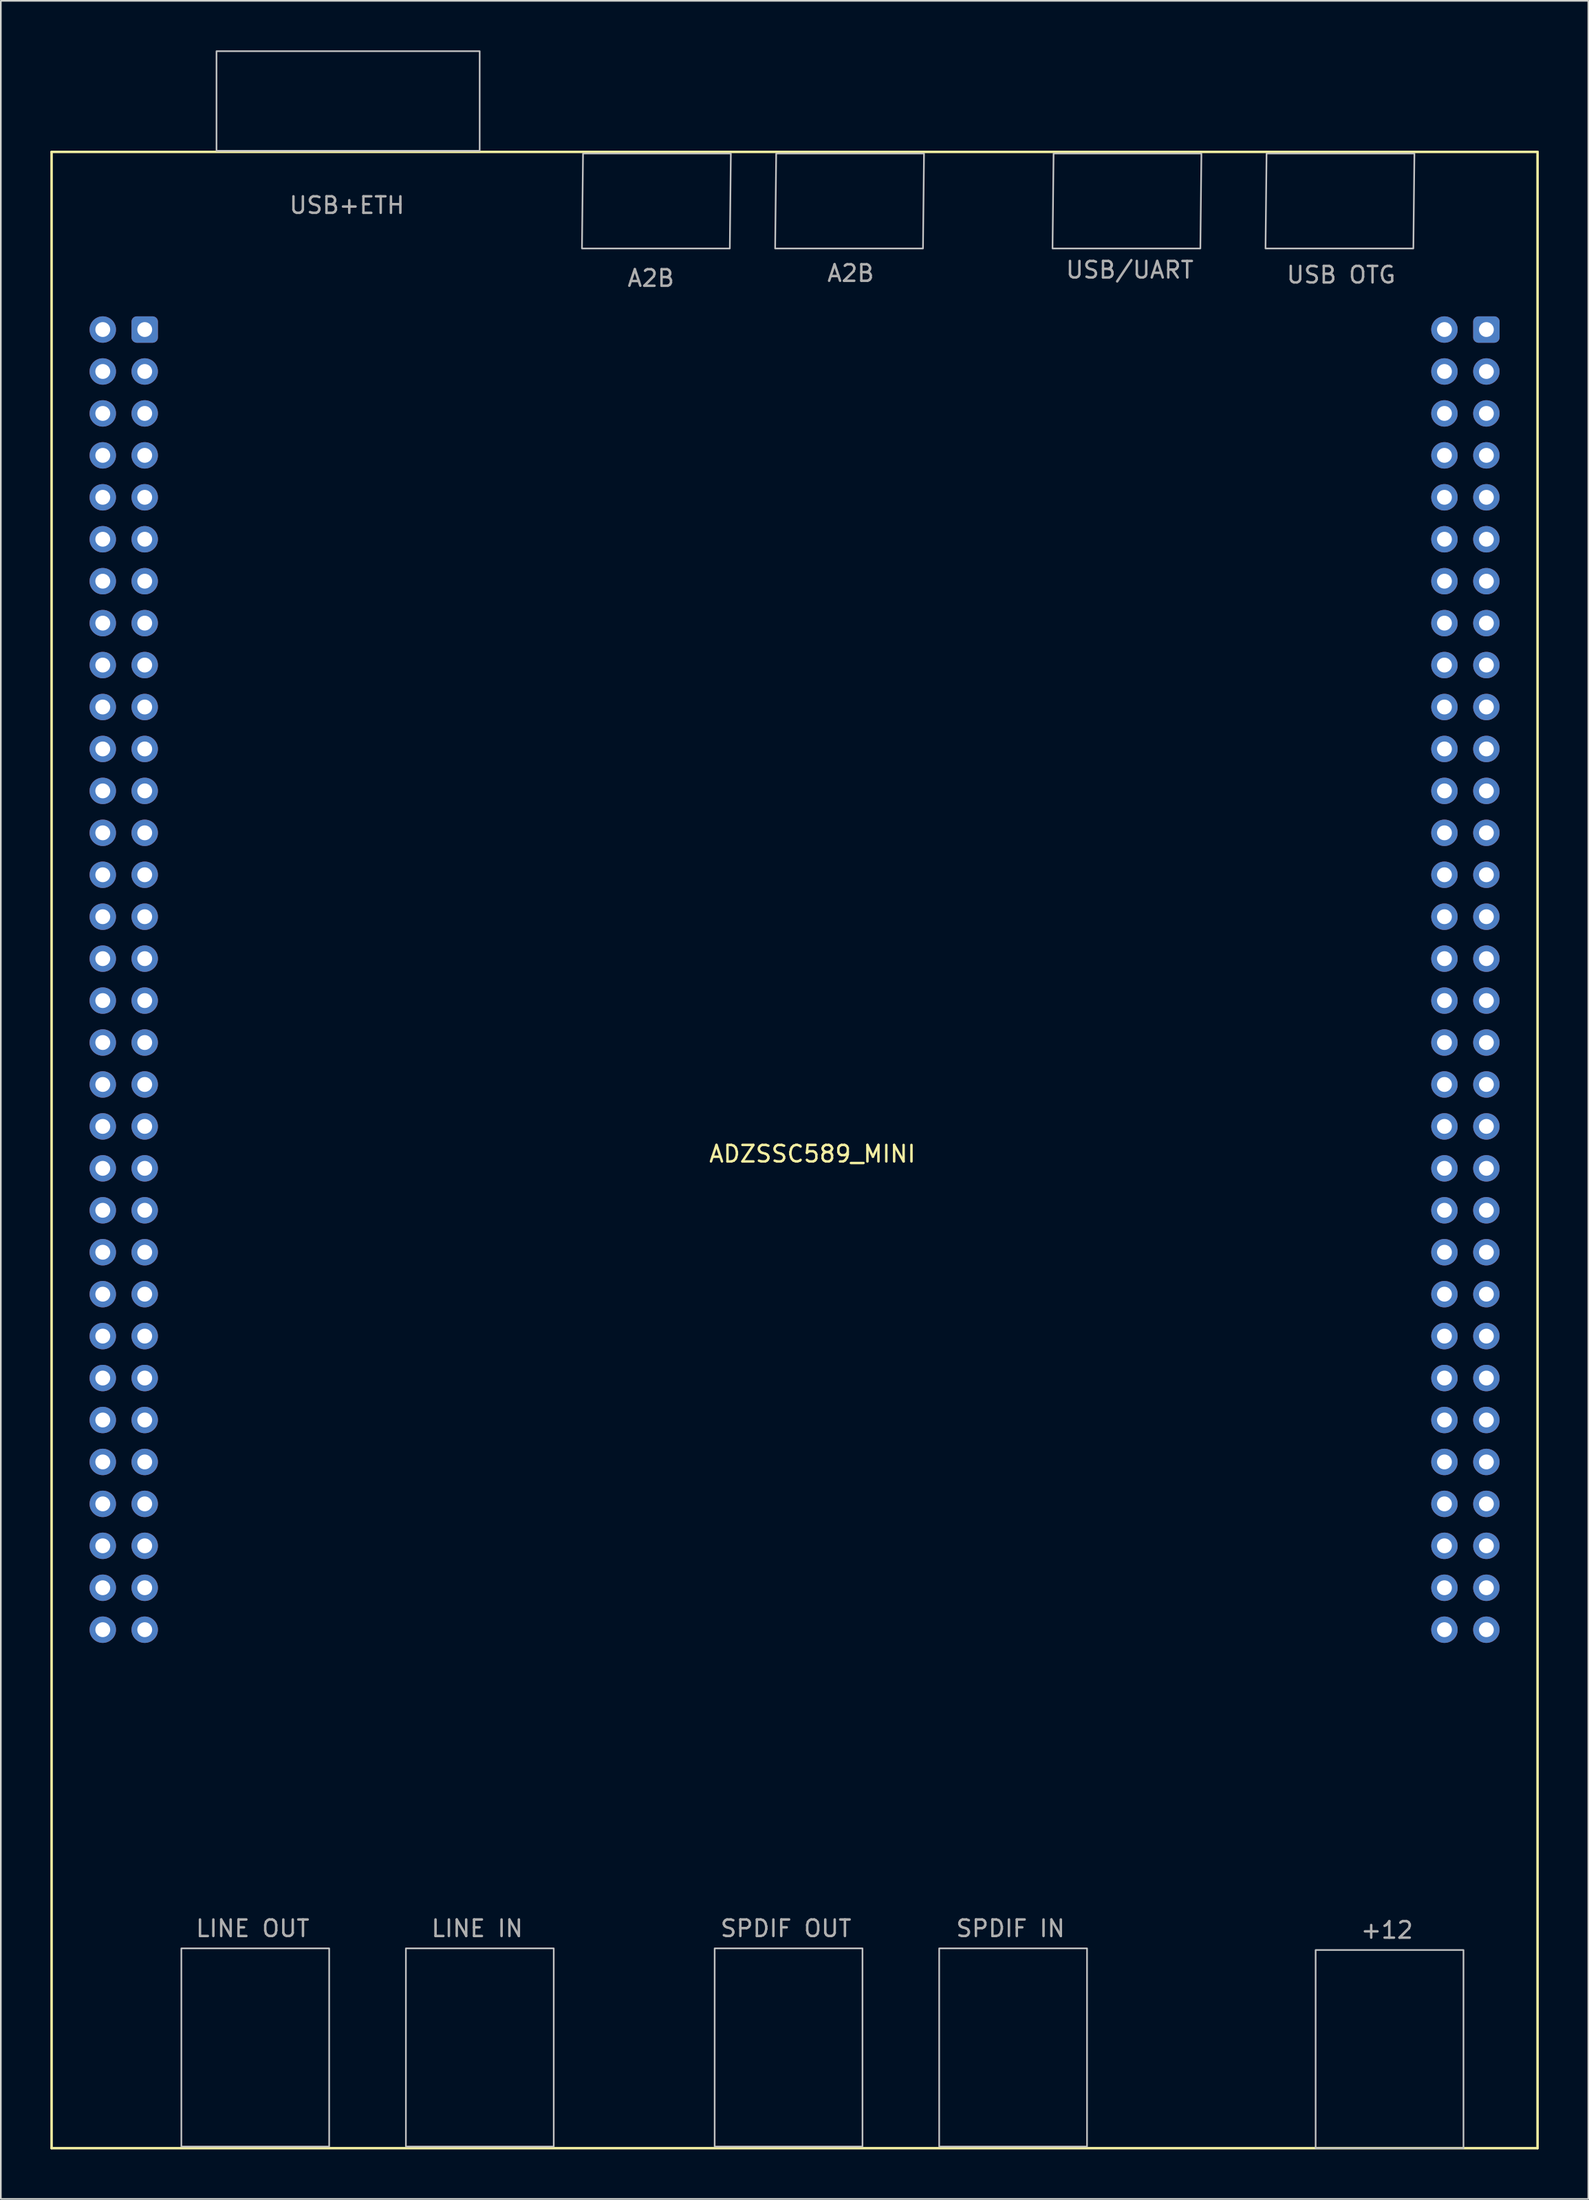
<source format=kicad_pcb>
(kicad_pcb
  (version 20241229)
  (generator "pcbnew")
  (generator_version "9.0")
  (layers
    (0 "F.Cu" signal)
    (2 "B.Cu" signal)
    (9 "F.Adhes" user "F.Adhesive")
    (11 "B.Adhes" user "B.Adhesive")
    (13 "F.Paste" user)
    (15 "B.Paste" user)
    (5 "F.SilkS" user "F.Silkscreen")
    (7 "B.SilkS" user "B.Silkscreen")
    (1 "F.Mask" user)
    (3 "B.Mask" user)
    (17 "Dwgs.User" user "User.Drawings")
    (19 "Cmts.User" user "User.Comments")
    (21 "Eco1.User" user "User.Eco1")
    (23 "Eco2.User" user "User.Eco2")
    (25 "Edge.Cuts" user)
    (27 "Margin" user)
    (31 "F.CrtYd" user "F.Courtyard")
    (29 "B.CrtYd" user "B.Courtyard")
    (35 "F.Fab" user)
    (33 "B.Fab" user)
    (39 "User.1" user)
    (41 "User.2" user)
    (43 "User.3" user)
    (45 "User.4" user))
  (footprint "ADZSSC589_MINI"
    (layer "F.Cu")
    (at 45.075 66.598)
    (property "Reference" "ADZSSC589_MINI" (at 1.079 0.236 0) (layer "F.SilkS") (effects (font (size 1 1) (thickness 0.15))))
    (attr through_hole)
    (fp_line (start -45 -60.45) (end -45 60.45) (stroke (width 0.15) (type solid)) (layer "F.SilkS"))
    (fp_line (start -45 -60.45) (end 45 -60.45) (stroke (width 0.15) (type solid)) (layer "F.SilkS"))
    (fp_line (start -45 60.45) (end 45 60.45) (stroke (width 0.15) (type solid)) (layer "F.SilkS"))
    (fp_line (start 45 -60.45) (end 45 60.45) (stroke (width 0.15) (type solid)) (layer "F.SilkS"))
    (fp_poly (pts (xy -28.187 60.352) (xy -37.141 60.352) (xy -37.141 48.35) (xy -28.187 48.35)) (stroke (width 0.1) (type solid)) (fill no) (layer "Dwgs.User"))
    (fp_poly (pts (xy -19.073 -60.516) (xy -35.012 -60.516) (xy -35.012 -66.548) (xy -19.073 -66.548)) (stroke (width 0.1) (type solid)) (fill no) (layer "Dwgs.User"))
    (fp_poly (pts (xy -14.587 60.352) (xy -23.541 60.352) (xy -23.541 48.35) (xy -14.587 48.35)) (stroke (width 0.1) (type solid)) (fill no) (layer "Dwgs.User"))
    (fp_poly (pts (xy -12.813 -60.352) (xy -3.86 -60.352) (xy -3.923 -54.6) (xy -12.877 -54.6)) (stroke (width 0.1) (type solid)) (fill no) (layer "Dwgs.User"))
    (fp_poly (pts (xy -1.113 -60.352) (xy 7.84 -60.352) (xy 7.777 -54.6) (xy -1.177 -54.6)) (stroke (width 0.1) (type solid)) (fill no) (layer "Dwgs.User"))
    (fp_poly (pts (xy 4.113 60.352) (xy -4.84 60.352) (xy -4.84 48.35) (xy 4.113 48.35)) (stroke (width 0.1) (type solid)) (fill no) (layer "Dwgs.User"))
    (fp_poly (pts (xy 15.687 -60.352) (xy 24.64 -60.352) (xy 24.577 -54.6) (xy 15.623 -54.6)) (stroke (width 0.1) (type solid)) (fill no) (layer "Dwgs.User"))
    (fp_poly (pts (xy 17.713 60.352) (xy 8.759 60.352) (xy 8.759 48.35) (xy 17.713 48.35)) (stroke (width 0.1) (type solid)) (fill no) (layer "Dwgs.User"))
    (fp_poly (pts (xy 28.587 -60.352) (xy 37.541 -60.352) (xy 37.477 -54.6) (xy 28.523 -54.6)) (stroke (width 0.1) (type solid)) (fill no) (layer "Dwgs.User"))
    (fp_poly (pts (xy 40.513 60.452) (xy 31.559 60.452) (xy 31.559 48.45) (xy 40.513 48.45)) (stroke (width 0.1) (type solid)) (fill no) (layer "Dwgs.User"))
    (fp_text user "LINE IN" (at -19.223 47.144 0) (layer "F.Fab") (effects (font (size 1 1) (thickness 0.15))))
    (fp_text user "USB/UART" (at 20.3 -53.3 180) (layer "F.Fab") (effects (font (size 1 1) (thickness 0.15))))
    (fp_text user "LINE OUT" (at -32.822 47.144 0) (layer "F.Fab") (effects (font (size 1 1) (thickness 0.15))))
    (fp_text user "+12" (at 35.877 47.244 0) (layer "F.Fab") (effects (font (size 1 1) (thickness 0.15))))
    (fp_text user "SPDIF OUT" (at -0.522 47.144 0) (layer "F.Fab") (effects (font (size 1 1) (thickness 0.15))))
    (fp_text user "USB+ETH" (at -27.114 -57.214 0) (layer "F.Fab") (effects (font (size 1 1) (thickness 0.15))))
    (fp_text user "A2B" (at 3.4 -53.1 180) (layer "F.Fab") (effects (font (size 1 1) (thickness 0.15))))
    (fp_text user "USB OTG" (at 33.1 -53 180) (layer "F.Fab") (effects (font (size 1 1) (thickness 0.15))))
    (fp_text user "A2B" (at -8.7 -52.8 180) (layer "F.Fab") (effects (font (size 1 1) (thickness 0.15))))
    (fp_text user "SPDIF IN" (at 13.078 47.144 0) (layer "F.Fab") (effects (font (size 1 1) (thickness 0.15))))
    (pad "1" thru_hole roundrect (at 41.9 -49.69) (size 1.6 1.6) (drill 0.9) (layers "*.Cu" "*.Mask") (roundrect_rratio 0.2))
    (pad "2" thru_hole circle (at 39.36 -49.69) (size 1.6 1.6) (drill 0.9) (layers "*.Cu" "*.Mask"))
    (pad "3" thru_hole circle (at 41.9 -47.15) (size 1.6 1.6) (drill 0.9) (layers "*.Cu" "*.Mask"))
    (pad "4" thru_hole circle (at 39.36 -47.15) (size 1.6 1.6) (drill 0.9) (layers "*.Cu" "*.Mask"))
    (pad "5" thru_hole circle (at 41.9 -44.61) (size 1.6 1.6) (drill 0.9) (layers "*.Cu" "*.Mask"))
    (pad "6" thru_hole circle (at 39.36 -44.61) (size 1.6 1.6) (drill 0.9) (layers "*.Cu" "*.Mask"))
    (pad "7" thru_hole circle (at 41.9 -42.07) (size 1.6 1.6) (drill 0.9) (layers "*.Cu" "*.Mask"))
    (pad "8" thru_hole circle (at 39.36 -42.07) (size 1.6 1.6) (drill 0.9) (layers "*.Cu" "*.Mask"))
    (pad "9" thru_hole circle (at 41.9 -39.53) (size 1.6 1.6) (drill 0.9) (layers "*.Cu" "*.Mask"))
    (pad "10" thru_hole circle (at 39.36 -39.53) (size 1.6 1.6) (drill 0.9) (layers "*.Cu" "*.Mask"))
    (pad "11" thru_hole circle (at 41.9 -36.99) (size 1.6 1.6) (drill 0.9) (layers "*.Cu" "*.Mask"))
    (pad "12" thru_hole circle (at 39.36 -36.99) (size 1.6 1.6) (drill 0.9) (layers "*.Cu" "*.Mask"))
    (pad "13" thru_hole circle (at 41.9 -34.45) (size 1.6 1.6) (drill 0.9) (layers "*.Cu" "*.Mask"))
    (pad "14" thru_hole circle (at 39.36 -34.45) (size 1.6 1.6) (drill 0.9) (layers "*.Cu" "*.Mask"))
    (pad "15" thru_hole circle (at 41.9 -31.91) (size 1.6 1.6) (drill 0.9) (layers "*.Cu" "*.Mask"))
    (pad "16" thru_hole circle (at 39.36 -31.91) (size 1.6 1.6) (drill 0.9) (layers "*.Cu" "*.Mask"))
    (pad "17" thru_hole circle (at 41.9 -29.37) (size 1.6 1.6) (drill 0.9) (layers "*.Cu" "*.Mask"))
    (pad "18" thru_hole circle (at 39.36 -29.37) (size 1.6 1.6) (drill 0.9) (layers "*.Cu" "*.Mask"))
    (pad "19" thru_hole circle (at 41.9 -26.83) (size 1.6 1.6) (drill 0.9) (layers "*.Cu" "*.Mask"))
    (pad "20" thru_hole circle (at 39.36 -26.83) (size 1.6 1.6) (drill 0.9) (layers "*.Cu" "*.Mask"))
    (pad "21" thru_hole circle (at 41.9 -24.29) (size 1.6 1.6) (drill 0.9) (layers "*.Cu" "*.Mask"))
    (pad "22" thru_hole circle (at 39.36 -24.29) (size 1.6 1.6) (drill 0.9) (layers "*.Cu" "*.Mask"))
    (pad "23" thru_hole circle (at 41.9 -21.75) (size 1.6 1.6) (drill 0.9) (layers "*.Cu" "*.Mask"))
    (pad "24" thru_hole circle (at 39.36 -21.75) (size 1.6 1.6) (drill 0.9) (layers "*.Cu" "*.Mask"))
    (pad "25" thru_hole circle (at 41.9 -19.21) (size 1.6 1.6) (drill 0.9) (layers "*.Cu" "*.Mask"))
    (pad "26" thru_hole circle (at 39.36 -19.21) (size 1.6 1.6) (drill 0.9) (layers "*.Cu" "*.Mask"))
    (pad "27" thru_hole circle (at 41.9 -16.67) (size 1.6 1.6) (drill 0.9) (layers "*.Cu" "*.Mask"))
    (pad "28" thru_hole circle (at 39.36 -16.67) (size 1.6 1.6) (drill 0.9) (layers "*.Cu" "*.Mask"))
    (pad "29" thru_hole circle (at 41.9 -14.13) (size 1.6 1.6) (drill 0.9) (layers "*.Cu" "*.Mask"))
    (pad "30" thru_hole circle (at 39.36 -14.13) (size 1.6 1.6) (drill 0.9) (layers "*.Cu" "*.Mask"))
    (pad "31" thru_hole circle (at 41.9 -11.59) (size 1.6 1.6) (drill 0.9) (layers "*.Cu" "*.Mask"))
    (pad "32" thru_hole circle (at 39.36 -11.59) (size 1.6 1.6) (drill 0.9) (layers "*.Cu" "*.Mask"))
    (pad "33" thru_hole circle (at 41.9 -9.05) (size 1.6 1.6) (drill 0.9) (layers "*.Cu" "*.Mask"))
    (pad "34" thru_hole circle (at 39.36 -9.05) (size 1.6 1.6) (drill 0.9) (layers "*.Cu" "*.Mask"))
    (pad "35" thru_hole circle (at 41.9 -6.51) (size 1.6 1.6) (drill 0.9) (layers "*.Cu" "*.Mask"))
    (pad "36" thru_hole circle (at 39.36 -6.51) (size 1.6 1.6) (drill 0.9) (layers "*.Cu" "*.Mask"))
    (pad "37" thru_hole circle (at 41.9 -3.97) (size 1.6 1.6) (drill 0.9) (layers "*.Cu" "*.Mask"))
    (pad "38" thru_hole circle (at 39.36 -3.97) (size 1.6 1.6) (drill 0.9) (layers "*.Cu" "*.Mask"))
    (pad "39" thru_hole circle (at 41.9 -1.43) (size 1.6 1.6) (drill 0.9) (layers "*.Cu" "*.Mask"))
    (pad "40" thru_hole circle (at 39.36 -1.43) (size 1.6 1.6) (drill 0.9) (layers "*.Cu" "*.Mask"))
    (pad "41" thru_hole circle (at 41.9 1.11) (size 1.6 1.6) (drill 0.9) (layers "*.Cu" "*.Mask"))
    (pad "42" thru_hole circle (at 39.36 1.11) (size 1.6 1.6) (drill 0.9) (layers "*.Cu" "*.Mask"))
    (pad "43" thru_hole circle (at 41.9 3.65) (size 1.6 1.6) (drill 0.9) (layers "*.Cu" "*.Mask"))
    (pad "44" thru_hole circle (at 39.36 3.65) (size 1.6 1.6) (drill 0.9) (layers "*.Cu" "*.Mask"))
    (pad "45" thru_hole circle (at 41.9 6.19) (size 1.6 1.6) (drill 0.9) (layers "*.Cu" "*.Mask"))
    (pad "46" thru_hole circle (at 39.36 6.19) (size 1.6 1.6) (drill 0.9) (layers "*.Cu" "*.Mask"))
    (pad "47" thru_hole circle (at 41.9 8.73) (size 1.6 1.6) (drill 0.9) (layers "*.Cu" "*.Mask"))
    (pad "48" thru_hole circle (at 39.36 8.73) (size 1.6 1.6) (drill 0.9) (layers "*.Cu" "*.Mask"))
    (pad "49" thru_hole circle (at 41.9 11.27) (size 1.6 1.6) (drill 0.9) (layers "*.Cu" "*.Mask"))
    (pad "50" thru_hole circle (at 39.36 11.27) (size 1.6 1.6) (drill 0.9) (layers "*.Cu" "*.Mask"))
    (pad "51" thru_hole circle (at 41.9 13.81) (size 1.6 1.6) (drill 0.9) (layers "*.Cu" "*.Mask"))
    (pad "52" thru_hole circle (at 39.36 13.81) (size 1.6 1.6) (drill 0.9) (layers "*.Cu" "*.Mask"))
    (pad "53" thru_hole circle (at 41.9 16.35) (size 1.6 1.6) (drill 0.9) (layers "*.Cu" "*.Mask"))
    (pad "54" thru_hole circle (at 39.36 16.35) (size 1.6 1.6) (drill 0.9) (layers "*.Cu" "*.Mask"))
    (pad "55" thru_hole circle (at 41.9 18.89) (size 1.6 1.6) (drill 0.9) (layers "*.Cu" "*.Mask"))
    (pad "56" thru_hole circle (at 39.36 18.89) (size 1.6 1.6) (drill 0.9) (layers "*.Cu" "*.Mask"))
    (pad "57" thru_hole circle (at 41.9 21.43) (size 1.6 1.6) (drill 0.9) (layers "*.Cu" "*.Mask"))
    (pad "58" thru_hole circle (at 39.36 21.43) (size 1.6 1.6) (drill 0.9) (layers "*.Cu" "*.Mask"))
    (pad "59" thru_hole circle (at 41.9 23.97) (size 1.6 1.6) (drill 0.9) (layers "*.Cu" "*.Mask"))
    (pad "60" thru_hole circle (at 39.36 23.97) (size 1.6 1.6) (drill 0.9) (layers "*.Cu" "*.Mask"))
    (pad "61" thru_hole circle (at 41.9 26.51) (size 1.6 1.6) (drill 0.9) (layers "*.Cu" "*.Mask"))
    (pad "62" thru_hole circle (at 39.36 26.51) (size 1.6 1.6) (drill 0.9) (layers "*.Cu" "*.Mask"))
    (pad "63" thru_hole circle (at 41.9 29.05) (size 1.6 1.6) (drill 0.9) (layers "*.Cu" "*.Mask"))
    (pad "64" thru_hole circle (at 39.36 29.05) (size 1.6 1.6) (drill 0.9) (layers "*.Cu" "*.Mask"))
    (pad "101" thru_hole roundrect (at -39.36 -49.69) (size 1.6 1.6) (drill 0.9) (layers "*.Cu" "*.Mask") (roundrect_rratio 0.2))
    (pad "102" thru_hole circle (at -41.9 -49.69) (size 1.6 1.6) (drill 0.9) (layers "*.Cu" "*.Mask"))
    (pad "103" thru_hole circle (at -39.36 -47.15) (size 1.6 1.6) (drill 0.9) (layers "*.Cu" "*.Mask"))
    (pad "104" thru_hole circle (at -41.9 -47.15) (size 1.6 1.6) (drill 0.9) (layers "*.Cu" "*.Mask"))
    (pad "105" thru_hole circle (at -39.36 -44.61) (size 1.6 1.6) (drill 0.9) (layers "*.Cu" "*.Mask"))
    (pad "106" thru_hole circle (at -41.9 -44.61) (size 1.6 1.6) (drill 0.9) (layers "*.Cu" "*.Mask"))
    (pad "107" thru_hole circle (at -39.36 -42.07) (size 1.6 1.6) (drill 0.9) (layers "*.Cu" "*.Mask"))
    (pad "108" thru_hole circle (at -41.9 -42.07) (size 1.6 1.6) (drill 0.9) (layers "*.Cu" "*.Mask"))
    (pad "109" thru_hole circle (at -39.36 -39.53) (size 1.6 1.6) (drill 0.9) (layers "*.Cu" "*.Mask"))
    (pad "110" thru_hole circle (at -41.9 -39.53) (size 1.6 1.6) (drill 0.9) (layers "*.Cu" "*.Mask"))
    (pad "111" thru_hole circle (at -39.36 -36.99) (size 1.6 1.6) (drill 0.9) (layers "*.Cu" "*.Mask"))
    (pad "112" thru_hole circle (at -41.9 -36.99) (size 1.6 1.6) (drill 0.9) (layers "*.Cu" "*.Mask"))
    (pad "113" thru_hole circle (at -39.36 -34.45) (size 1.6 1.6) (drill 0.9) (layers "*.Cu" "*.Mask"))
    (pad "114" thru_hole circle (at -41.9 -34.45) (size 1.6 1.6) (drill 0.9) (layers "*.Cu" "*.Mask"))
    (pad "115" thru_hole circle (at -39.36 -31.91) (size 1.6 1.6) (drill 0.9) (layers "*.Cu" "*.Mask"))
    (pad "116" thru_hole circle (at -41.9 -31.91) (size 1.6 1.6) (drill 0.9) (layers "*.Cu" "*.Mask"))
    (pad "117" thru_hole circle (at -39.36 -29.37) (size 1.6 1.6) (drill 0.9) (layers "*.Cu" "*.Mask"))
    (pad "118" thru_hole circle (at -41.9 -29.37) (size 1.6 1.6) (drill 0.9) (layers "*.Cu" "*.Mask"))
    (pad "119" thru_hole circle (at -39.36 -26.83) (size 1.6 1.6) (drill 0.9) (layers "*.Cu" "*.Mask"))
    (pad "120" thru_hole circle (at -41.9 -26.83) (size 1.6 1.6) (drill 0.9) (layers "*.Cu" "*.Mask"))
    (pad "121" thru_hole circle (at -39.36 -24.29) (size 1.6 1.6) (drill 0.9) (layers "*.Cu" "*.Mask"))
    (pad "122" thru_hole circle (at -41.9 -24.29) (size 1.6 1.6) (drill 0.9) (layers "*.Cu" "*.Mask"))
    (pad "123" thru_hole circle (at -39.36 -21.75) (size 1.6 1.6) (drill 0.9) (layers "*.Cu" "*.Mask"))
    (pad "124" thru_hole circle (at -41.9 -21.75) (size 1.6 1.6) (drill 0.9) (layers "*.Cu" "*.Mask"))
    (pad "125" thru_hole circle (at -39.36 -19.21) (size 1.6 1.6) (drill 0.9) (layers "*.Cu" "*.Mask"))
    (pad "126" thru_hole circle (at -41.9 -19.21) (size 1.6 1.6) (drill 0.9) (layers "*.Cu" "*.Mask"))
    (pad "127" thru_hole circle (at -39.36 -16.67) (size 1.6 1.6) (drill 0.9) (layers "*.Cu" "*.Mask"))
    (pad "128" thru_hole circle (at -41.9 -16.67) (size 1.6 1.6) (drill 0.9) (layers "*.Cu" "*.Mask"))
    (pad "129" thru_hole circle (at -39.36 -14.13) (size 1.6 1.6) (drill 0.9) (layers "*.Cu" "*.Mask"))
    (pad "130" thru_hole circle (at -41.9 -14.13) (size 1.6 1.6) (drill 0.9) (layers "*.Cu" "*.Mask"))
    (pad "131" thru_hole circle (at -39.36 -11.59) (size 1.6 1.6) (drill 0.9) (layers "*.Cu" "*.Mask"))
    (pad "132" thru_hole circle (at -41.9 -11.59) (size 1.6 1.6) (drill 0.9) (layers "*.Cu" "*.Mask"))
    (pad "133" thru_hole circle (at -39.36 -9.05) (size 1.6 1.6) (drill 0.9) (layers "*.Cu" "*.Mask"))
    (pad "134" thru_hole circle (at -41.9 -9.05) (size 1.6 1.6) (drill 0.9) (layers "*.Cu" "*.Mask"))
    (pad "135" thru_hole circle (at -39.36 -6.51) (size 1.6 1.6) (drill 0.9) (layers "*.Cu" "*.Mask"))
    (pad "136" thru_hole circle (at -41.9 -6.51) (size 1.6 1.6) (drill 0.9) (layers "*.Cu" "*.Mask"))
    (pad "137" thru_hole circle (at -39.36 -3.97) (size 1.6 1.6) (drill 0.9) (layers "*.Cu" "*.Mask"))
    (pad "138" thru_hole circle (at -41.9 -3.97) (size 1.6 1.6) (drill 0.9) (layers "*.Cu" "*.Mask"))
    (pad "139" thru_hole circle (at -39.36 -1.43) (size 1.6 1.6) (drill 0.9) (layers "*.Cu" "*.Mask"))
    (pad "140" thru_hole circle (at -41.9 -1.43) (size 1.6 1.6) (drill 0.9) (layers "*.Cu" "*.Mask"))
    (pad "141" thru_hole circle (at -39.36 1.11) (size 1.6 1.6) (drill 0.9) (layers "*.Cu" "*.Mask"))
    (pad "142" thru_hole circle (at -41.9 1.11) (size 1.6 1.6) (drill 0.9) (layers "*.Cu" "*.Mask"))
    (pad "143" thru_hole circle (at -39.36 3.65) (size 1.6 1.6) (drill 0.9) (layers "*.Cu" "*.Mask"))
    (pad "144" thru_hole circle (at -41.9 3.65) (size 1.6 1.6) (drill 0.9) (layers "*.Cu" "*.Mask"))
    (pad "145" thru_hole circle (at -39.36 6.19) (size 1.6 1.6) (drill 0.9) (layers "*.Cu" "*.Mask"))
    (pad "146" thru_hole circle (at -41.9 6.19) (size 1.6 1.6) (drill 0.9) (layers "*.Cu" "*.Mask"))
    (pad "147" thru_hole circle (at -39.36 8.73) (size 1.6 1.6) (drill 0.9) (layers "*.Cu" "*.Mask"))
    (pad "148" thru_hole circle (at -41.9 8.73) (size 1.6 1.6) (drill 0.9) (layers "*.Cu" "*.Mask"))
    (pad "149" thru_hole circle (at -39.36 11.27) (size 1.6 1.6) (drill 0.9) (layers "*.Cu" "*.Mask"))
    (pad "150" thru_hole circle (at -41.9 11.27) (size 1.6 1.6) (drill 0.9) (layers "*.Cu" "*.Mask"))
    (pad "151" thru_hole circle (at -39.36 13.81) (size 1.6 1.6) (drill 0.9) (layers "*.Cu" "*.Mask"))
    (pad "152" thru_hole circle (at -41.9 13.81) (size 1.6 1.6) (drill 0.9) (layers "*.Cu" "*.Mask"))
    (pad "153" thru_hole circle (at -39.36 16.35) (size 1.6 1.6) (drill 0.9) (layers "*.Cu" "*.Mask"))
    (pad "154" thru_hole circle (at -41.9 16.35) (size 1.6 1.6) (drill 0.9) (layers "*.Cu" "*.Mask"))
    (pad "155" thru_hole circle (at -39.36 18.89) (size 1.6 1.6) (drill 0.9) (layers "*.Cu" "*.Mask"))
    (pad "156" thru_hole circle (at -41.9 18.89) (size 1.6 1.6) (drill 0.9) (layers "*.Cu" "*.Mask"))
    (pad "157" thru_hole circle (at -39.36 21.43) (size 1.6 1.6) (drill 0.9) (layers "*.Cu" "*.Mask"))
    (pad "158" thru_hole circle (at -41.9 21.43) (size 1.6 1.6) (drill 0.9) (layers "*.Cu" "*.Mask"))
    (pad "159" thru_hole circle (at -39.36 23.97) (size 1.6 1.6) (drill 0.9) (layers "*.Cu" "*.Mask"))
    (pad "160" thru_hole circle (at -41.9 23.97) (size 1.6 1.6) (drill 0.9) (layers "*.Cu" "*.Mask"))
    (pad "161" thru_hole circle (at -39.36 26.51) (size 1.6 1.6) (drill 0.9) (layers "*.Cu" "*.Mask"))
    (pad "162" thru_hole circle (at -41.9 26.51) (size 1.6 1.6) (drill 0.9) (layers "*.Cu" "*.Mask"))
    (pad "163" thru_hole circle (at -39.36 29.05) (size 1.6 1.6) (drill 0.9) (layers "*.Cu" "*.Mask"))
    (pad "164" thru_hole circle (at -41.9 29.05) (size 1.6 1.6) (drill 0.9) (layers "*.Cu" "*.Mask")))
  (gr_rect
    (start -3 -3)
    (end 93.15 130.123)
    (stroke (width 0.1) (type default))
    (fill no)
    (layer "Edge.Cuts")))
</source>
